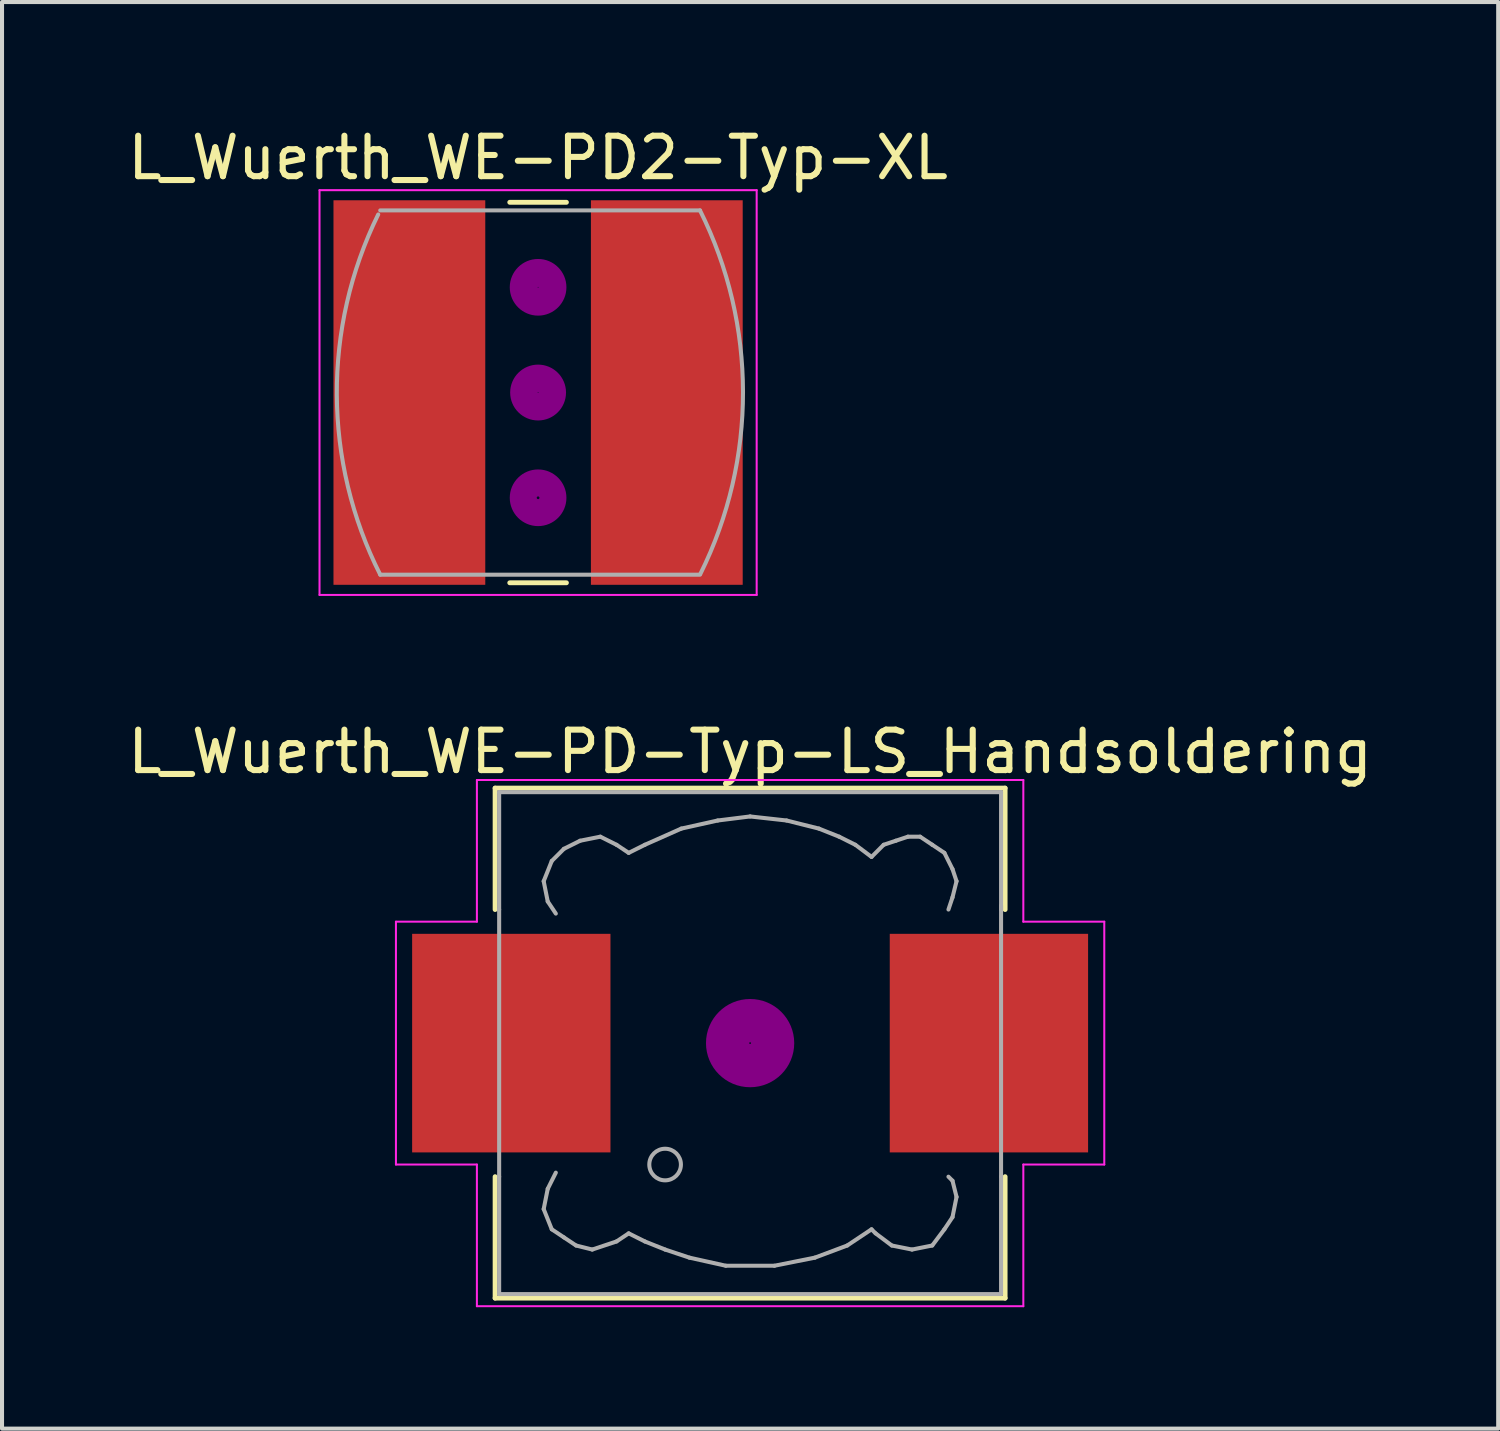
<source format=kicad_pcb>
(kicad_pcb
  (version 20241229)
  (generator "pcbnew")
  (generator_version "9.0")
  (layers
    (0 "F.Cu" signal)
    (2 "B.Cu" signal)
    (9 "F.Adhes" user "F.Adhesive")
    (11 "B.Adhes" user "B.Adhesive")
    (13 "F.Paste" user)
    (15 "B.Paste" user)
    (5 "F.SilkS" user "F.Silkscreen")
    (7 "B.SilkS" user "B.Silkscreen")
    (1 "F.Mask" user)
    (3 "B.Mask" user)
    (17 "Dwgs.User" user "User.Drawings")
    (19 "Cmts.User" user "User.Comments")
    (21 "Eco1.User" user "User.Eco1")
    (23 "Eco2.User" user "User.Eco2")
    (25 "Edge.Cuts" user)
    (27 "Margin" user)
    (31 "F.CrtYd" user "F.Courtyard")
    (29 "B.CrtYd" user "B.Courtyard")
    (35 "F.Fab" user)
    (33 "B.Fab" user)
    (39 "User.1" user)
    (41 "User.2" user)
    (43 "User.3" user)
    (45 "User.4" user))
  (footprint "L_Wuerth_WE-PD-Typ-LS_Handsoldering"
    (layer "F.Cu")
    (at 15.482 22.721)
    (property "Reference" "L_Wuerth_WE-PD-Typ-LS_Handsoldering" (at 0 -7.2 0) (layer "F.SilkS") (effects (font (size 1 1) (thickness 0.15))))
    (attr smd)
    (fp_line (start -6.3 -6.3) (end 6.3 -6.3) (stroke (width 0.12) (type solid)) (layer "F.SilkS"))
    (fp_line (start -6.3 -3.3) (end -6.3 -6.3) (stroke (width 0.12) (type solid)) (layer "F.SilkS"))
    (fp_line (start -6.3 6.3) (end -6.3 3.3) (stroke (width 0.12) (type solid)) (layer "F.SilkS"))
    (fp_line (start 6.3 -6.3) (end 6.3 -3.3) (stroke (width 0.12) (type solid)) (layer "F.SilkS"))
    (fp_line (start 6.3 3.3) (end 6.3 6.3) (stroke (width 0.12) (type solid)) (layer "F.SilkS"))
    (fp_line (start 6.3 6.3) (end -6.3 6.3) (stroke (width 0.12) (type solid)) (layer "F.SilkS"))
    (fp_circle (center 0 0) (end 0.15 0.15) (stroke (width 0.38) (type solid)) (fill no) (layer "F.Adhes"))
    (fp_circle (center 0 0) (end 0.55 0) (stroke (width 0.38) (type solid)) (fill no) (layer "F.Adhes"))
    (fp_circle (center 0 0) (end 0.9 0) (stroke (width 0.38) (type solid)) (fill no) (layer "F.Adhes"))
    (fp_line (start -8.75 -3) (end -6.75 -3) (stroke (width 0.05) (type solid)) (layer "F.CrtYd"))
    (fp_line (start -8.75 3) (end -8.75 -3) (stroke (width 0.05) (type solid)) (layer "F.CrtYd"))
    (fp_line (start -6.75 -6.5) (end 6.75 -6.5) (stroke (width 0.05) (type solid)) (layer "F.CrtYd"))
    (fp_line (start -6.75 -3) (end -6.75 -6.5) (stroke (width 0.05) (type solid)) (layer "F.CrtYd"))
    (fp_line (start -6.75 3) (end -8.75 3) (stroke (width 0.05) (type solid)) (layer "F.CrtYd"))
    (fp_line (start -6.75 6.5) (end -6.75 3) (stroke (width 0.05) (type solid)) (layer "F.CrtYd"))
    (fp_line (start 6.75 -6.5) (end 6.75 -3) (stroke (width 0.05) (type solid)) (layer "F.CrtYd"))
    (fp_line (start 6.75 -3) (end 8.75 -3) (stroke (width 0.05) (type solid)) (layer "F.CrtYd"))
    (fp_line (start 6.75 3) (end 6.75 6.5) (stroke (width 0.05) (type solid)) (layer "F.CrtYd"))
    (fp_line (start 6.75 6.5) (end -6.75 6.5) (stroke (width 0.05) (type solid)) (layer "F.CrtYd"))
    (fp_line (start 8.75 -3) (end 8.75 3) (stroke (width 0.05) (type solid)) (layer "F.CrtYd"))
    (fp_line (start 8.75 3) (end 6.75 3) (stroke (width 0.05) (type solid)) (layer "F.CrtYd"))
    (fp_line (start -6.2 -6.2) (end -6.2 -3.3) (stroke (width 0.1) (type solid)) (layer "F.Fab"))
    (fp_line (start -6.2 -3.3) (end -6.2 3.3) (stroke (width 0.1) (type solid)) (layer "F.Fab"))
    (fp_line (start -6.2 3.3) (end -6.2 6.2) (stroke (width 0.1) (type solid)) (layer "F.Fab"))
    (fp_line (start -6.2 6.2) (end 6.2 6.2) (stroke (width 0.1) (type solid)) (layer "F.Fab"))
    (fp_line (start -5.1 -4) (end -5 -3.5) (stroke (width 0.1) (type solid)) (layer "F.Fab"))
    (fp_line (start -5.1 4.1) (end -5 3.6) (stroke (width 0.1) (type solid)) (layer "F.Fab"))
    (fp_line (start -5 -3.5) (end -4.8 -3.2) (stroke (width 0.1) (type solid)) (layer "F.Fab"))
    (fp_line (start -5 3.6) (end -4.8 3.2) (stroke (width 0.1) (type solid)) (layer "F.Fab"))
    (fp_line (start -4.9 -4.5) (end -5.1 -4) (stroke (width 0.1) (type solid)) (layer "F.Fab"))
    (fp_line (start -4.9 4.6) (end -5.1 4.1) (stroke (width 0.1) (type solid)) (layer "F.Fab"))
    (fp_line (start -4.6 -4.8) (end -4.9 -4.5) (stroke (width 0.1) (type solid)) (layer "F.Fab"))
    (fp_line (start -4.6 4.8) (end -4.9 4.6) (stroke (width 0.1) (type solid)) (layer "F.Fab"))
    (fp_line (start -4.3 5) (end -4.6 4.8) (stroke (width 0.1) (type solid)) (layer "F.Fab"))
    (fp_line (start -4.2 -5) (end -4.6 -4.8) (stroke (width 0.1) (type solid)) (layer "F.Fab"))
    (fp_line (start -3.9 5.1) (end -4.3 5) (stroke (width 0.1) (type solid)) (layer "F.Fab"))
    (fp_line (start -3.7 -5.1) (end -4.2 -5) (stroke (width 0.1) (type solid)) (layer "F.Fab"))
    (fp_line (start -3.3 -4.9) (end -3.7 -5.1) (stroke (width 0.1) (type solid)) (layer "F.Fab"))
    (fp_line (start -3.3 4.9) (end -3.9 5.1) (stroke (width 0.1) (type solid)) (layer "F.Fab"))
    (fp_line (start -3 -4.7) (end -3.3 -4.9) (stroke (width 0.1) (type solid)) (layer "F.Fab"))
    (fp_line (start -3 4.7) (end -3.3 4.9) (stroke (width 0.1) (type solid)) (layer "F.Fab"))
    (fp_line (start -2.6 -4.9) (end -3 -4.7) (stroke (width 0.1) (type solid)) (layer "F.Fab"))
    (fp_line (start -2.6 4.9) (end -3 4.7) (stroke (width 0.1) (type solid)) (layer "F.Fab"))
    (fp_line (start -2.1 5.1) (end -2.6 4.9) (stroke (width 0.1) (type solid)) (layer "F.Fab"))
    (fp_line (start -1.7 -5.3) (end -2.6 -4.9) (stroke (width 0.1) (type solid)) (layer "F.Fab"))
    (fp_line (start -1.5 5.3) (end -2.1 5.1) (stroke (width 0.1) (type solid)) (layer "F.Fab"))
    (fp_line (start -0.8 -5.5) (end -1.7 -5.3) (stroke (width 0.1) (type solid)) (layer "F.Fab"))
    (fp_line (start -0.6 5.5) (end -1.5 5.3) (stroke (width 0.1) (type solid)) (layer "F.Fab"))
    (fp_line (start 0 -5.6) (end -0.8 -5.5) (stroke (width 0.1) (type solid)) (layer "F.Fab"))
    (fp_line (start 0.6 5.5) (end -0.6 5.5) (stroke (width 0.1) (type solid)) (layer "F.Fab"))
    (fp_line (start 0.9 -5.5) (end 0 -5.6) (stroke (width 0.1) (type solid)) (layer "F.Fab"))
    (fp_line (start 1.6 5.3) (end 0.6 5.5) (stroke (width 0.1) (type solid)) (layer "F.Fab"))
    (fp_line (start 1.7 -5.3) (end 0.9 -5.5) (stroke (width 0.1) (type solid)) (layer "F.Fab"))
    (fp_line (start 2.2 -5.1) (end 1.7 -5.3) (stroke (width 0.1) (type solid)) (layer "F.Fab"))
    (fp_line (start 2.4 5) (end 1.6 5.3) (stroke (width 0.1) (type solid)) (layer "F.Fab"))
    (fp_line (start 2.6 -4.9) (end 2.2 -5.1) (stroke (width 0.1) (type solid)) (layer "F.Fab"))
    (fp_line (start 3 -4.6) (end 2.6 -4.9) (stroke (width 0.1) (type solid)) (layer "F.Fab"))
    (fp_line (start 3 4.6) (end 2.4 5) (stroke (width 0.1) (type solid)) (layer "F.Fab"))
    (fp_line (start 3.1 4.7) (end 3 4.6) (stroke (width 0.1) (type solid)) (layer "F.Fab"))
    (fp_line (start 3.3 -4.9) (end 3 -4.6) (stroke (width 0.1) (type solid)) (layer "F.Fab"))
    (fp_line (start 3.5 5) (end 3.1 4.7) (stroke (width 0.1) (type solid)) (layer "F.Fab"))
    (fp_line (start 3.6 -5) (end 3.3 -4.9) (stroke (width 0.1) (type solid)) (layer "F.Fab"))
    (fp_line (start 3.9 -5.1) (end 3.6 -5) (stroke (width 0.1) (type solid)) (layer "F.Fab"))
    (fp_line (start 4 5.1) (end 3.5 5) (stroke (width 0.1) (type solid)) (layer "F.Fab"))
    (fp_line (start 4.2 -5.1) (end 3.9 -5.1) (stroke (width 0.1) (type solid)) (layer "F.Fab"))
    (fp_line (start 4.5 -4.9) (end 4.2 -5.1) (stroke (width 0.1) (type solid)) (layer "F.Fab"))
    (fp_line (start 4.5 5) (end 4 5.1) (stroke (width 0.1) (type solid)) (layer "F.Fab"))
    (fp_line (start 4.8 -4.7) (end 4.5 -4.9) (stroke (width 0.1) (type solid)) (layer "F.Fab"))
    (fp_line (start 4.8 4.6) (end 4.5 5) (stroke (width 0.1) (type solid)) (layer "F.Fab"))
    (fp_line (start 4.9 -3.3) (end 5 -3.6) (stroke (width 0.1) (type solid)) (layer "F.Fab"))
    (fp_line (start 4.9 3.3) (end 5 3.4) (stroke (width 0.1) (type solid)) (layer "F.Fab"))
    (fp_line (start 5 -4.3) (end 4.8 -4.7) (stroke (width 0.1) (type solid)) (layer "F.Fab"))
    (fp_line (start 5 -3.6) (end 5.1 -4) (stroke (width 0.1) (type solid)) (layer "F.Fab"))
    (fp_line (start 5 3.4) (end 5.1 3.8) (stroke (width 0.1) (type solid)) (layer "F.Fab"))
    (fp_line (start 5 4.3) (end 4.8 4.6) (stroke (width 0.1) (type solid)) (layer "F.Fab"))
    (fp_line (start 5.1 -4) (end 5 -4.3) (stroke (width 0.1) (type solid)) (layer "F.Fab"))
    (fp_line (start 5.1 3.8) (end 5 4.3) (stroke (width 0.1) (type solid)) (layer "F.Fab"))
    (fp_line (start 6.2 -6.2) (end -6.2 -6.2) (stroke (width 0.1) (type solid)) (layer "F.Fab"))
    (fp_line (start 6.2 -6.2) (end 6.2 -3.3) (stroke (width 0.1) (type solid)) (layer "F.Fab"))
    (fp_line (start 6.2 3.3) (end 6.2 -3.4) (stroke (width 0.1) (type solid)) (layer "F.Fab"))
    (fp_line (start 6.2 6.2) (end 6.2 3.3) (stroke (width 0.1) (type solid)) (layer "F.Fab"))
    (fp_circle (center -2.1 3) (end -1.8 3.25) (stroke (width 0.1) (type solid)) (fill no) (layer "F.Fab"))
    (pad "1" smd rect (at -5.9 0) (size 4.9 5.4) (layers "F.Cu" "F.Mask" "F.Paste"))
    (pad "2" smd rect (at 5.9 0) (size 4.9 5.4) (layers "F.Cu" "F.Mask" "F.Paste")))
  (footprint "L_Wuerth_WE-PD2-Typ-XL"
    (layer "F.Cu")
    (at 10.244 6.648)
    (property "Reference" "L_Wuerth_WE-PD2-Typ-XL" (at 0 -5.8 0) (layer "F.SilkS") (effects (font (size 1 1) (thickness 0.15))))
    (attr smd)
    (fp_line (start -0.7 -4.7) (end 0.7 -4.7) (stroke (width 0.12) (type solid)) (layer "F.SilkS"))
    (fp_line (start -0.7 4.7) (end 0.7 4.7) (stroke (width 0.12) (type solid)) (layer "F.SilkS"))
    (fp_circle (center 0 -2.6) (end 0.2 -2.6) (stroke (width 0.38) (type solid)) (fill no) (layer "F.Adhes"))
    (fp_circle (center 0 -2.6) (end 0.5 -2.5) (stroke (width 0.38) (type solid)) (fill no) (layer "F.Adhes"))
    (fp_circle (center 0 0) (end 0.2 0) (stroke (width 0.38) (type solid)) (fill no) (layer "F.Adhes"))
    (fp_circle (center 0 0) (end 0.5 0) (stroke (width 0.38) (type solid)) (fill no) (layer "F.Adhes"))
    (fp_circle (center 0 2.6) (end 0.1 2.8) (stroke (width 0.38) (type solid)) (fill no) (layer "F.Adhes"))
    (fp_circle (center 0 2.6) (end 0.5 2.7) (stroke (width 0.38) (type solid)) (fill no) (layer "F.Adhes"))
    (fp_line (start -5.4 -5) (end -5.4 5) (stroke (width 0.05) (type solid)) (layer "F.CrtYd"))
    (fp_line (start -5.4 5) (end 5.4 5) (stroke (width 0.05) (type solid)) (layer "F.CrtYd"))
    (fp_line (start 5.4 -5) (end -5.4 -5) (stroke (width 0.05) (type solid)) (layer "F.CrtYd"))
    (fp_line (start 5.4 5) (end 5.4 -5) (stroke (width 0.05) (type solid)) (layer "F.CrtYd"))
    (fp_line (start -3.9 4.5) (end 4 4.5) (stroke (width 0.1) (type solid)) (layer "F.Fab"))
    (fp_line (start 4 -4.5) (end -3.9 -4.5) (stroke (width 0.1) (type solid)) (layer "F.Fab"))
    (fp_arc (start -3.9 4.5) (mid -4.972806 0.056044) (end -3.950014 -4.399688) (stroke (width 0.1) (type solid)) (layer "F.Fab"))
    (fp_arc (start 4 -4.5) (mid 5.062299 -0.011424) (end 4.010195 4.479552) (stroke (width 0.1) (type solid)) (layer "F.Fab"))
    (pad "1" smd rect (at -3.18 0) (size 3.75 9.5) (layers "F.Cu" "F.Mask" "F.Paste"))
    (pad "2" smd rect (at 3.18 0) (size 3.75 9.5) (layers "F.Cu" "F.Mask" "F.Paste")))
  (gr_rect
    (start -3 -3)
    (end 33.964 32.246)
    (stroke (width 0.1) (type default))
    (fill no)
    (layer "Edge.Cuts")))
</source>
